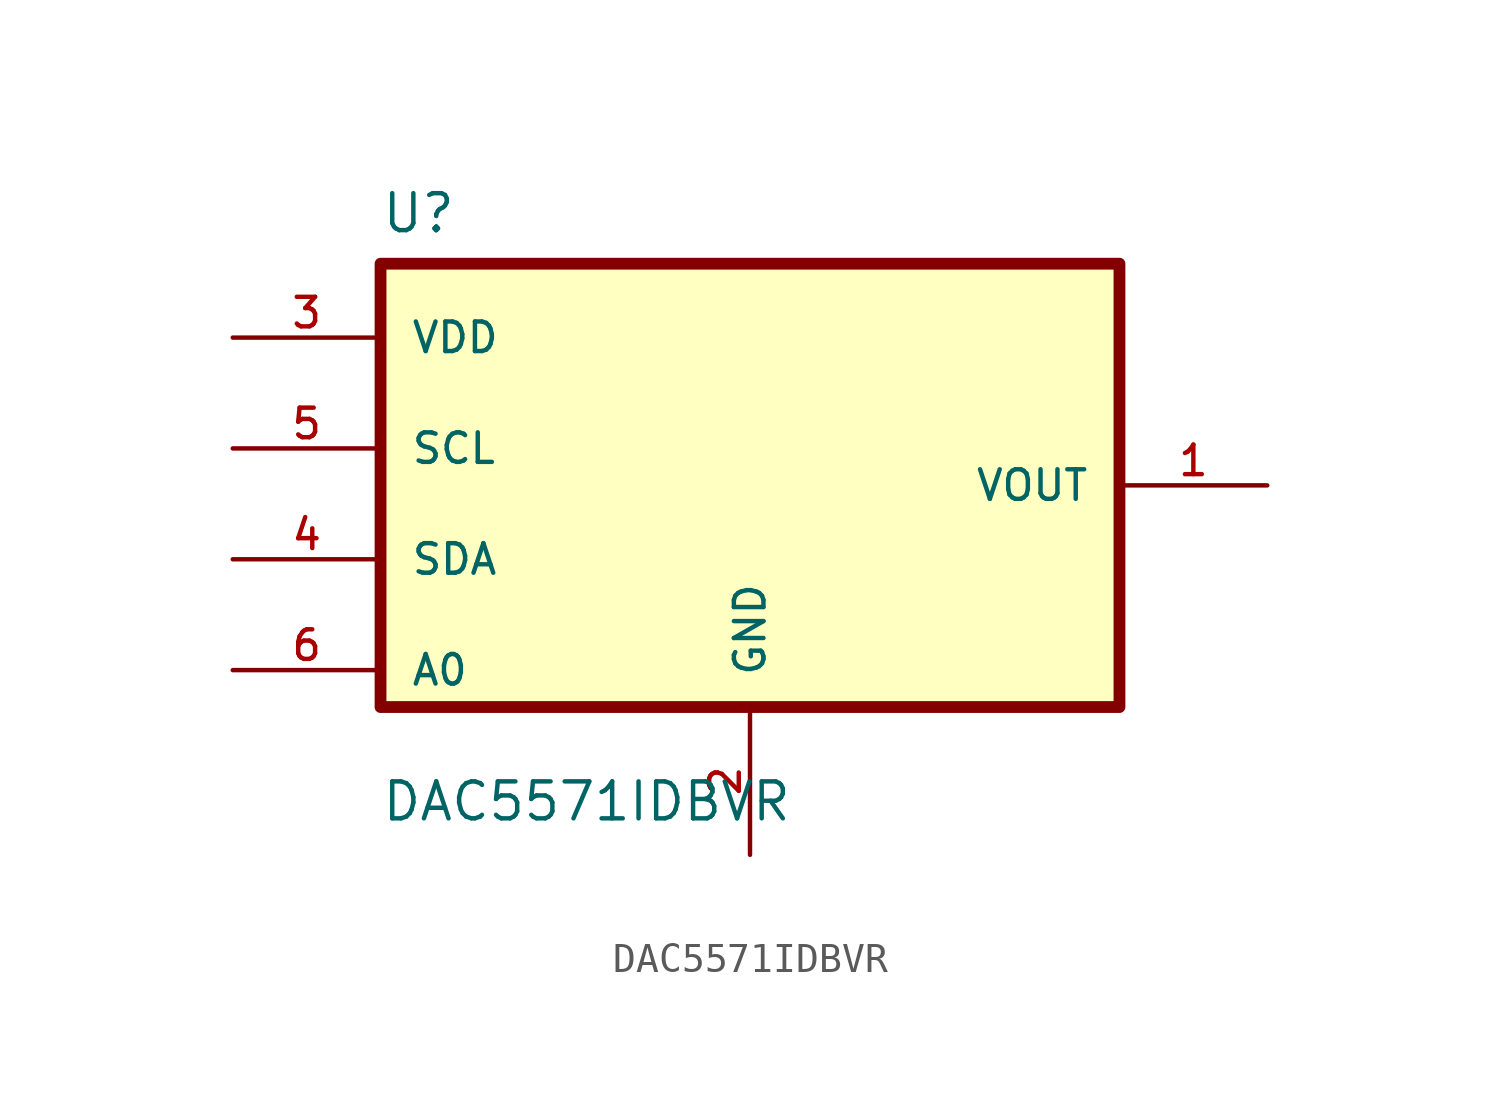
<source format=kicad_sym>
(kicad_symbol_lib
  (version 20211014)
  (generator kicad_symbol_editor)
  (symbol "DAC5571IDBVR"
    (pin_names
      (offset 1.016))
    (property "Reference" "U"
      (at -12.7 8.611 0)
      (effects (font (size 1.27 1.27)) (justify left bottom)))
    (property "Value" "DAC5571IDBVR"
      (at -12.7 -11.608 0)
      (effects (font (size 1.27 1.27)) (justify left bottom)))
    (property "ki_locked" ""
      (at 0 0 0)
      (effects (font (size 1.27 1.27))))
    (symbol "DAC5571IDBVR_0_0"
      (rectangle (start -12.7 -7.62) (end 12.7 7.62) (stroke (width 0.406) (type default) (color 0 0 0 0)) (fill (type background)))
      (pin input line (at 17.78 0 180) (length 5.08) (name "VOUT" (effects (font (size 1.016 1.016)))) (number "1" (effects (font (size 1.016 1.016)))))
      (pin input line (at 0 -12.7 90) (length 5.08) (name "GND" (effects (font (size 1.016 1.016)))) (number "2" (effects (font (size 1.016 1.016)))))
      (pin input line (at -17.78 5.08 0) (length 5.08) (name "VDD" (effects (font (size 1.016 1.016)))) (number "3" (effects (font (size 1.016 1.016)))))
      (pin bidirectional line (at -17.78 -2.54 0) (length 5.08) (name "SDA" (effects (font (size 1.016 1.016)))) (number "4" (effects (font (size 1.016 1.016)))))
      (pin bidirectional line (at -17.78 1.27 0) (length 5.08) (name "SCL" (effects (font (size 1.016 1.016)))) (number "5" (effects (font (size 1.016 1.016)))))
      (pin bidirectional line (at -17.78 -6.35 0) (length 5.08) (name "A0" (effects (font (size 1.016 1.016)))) (number "6" (effects (font (size 1.016 1.016))))))))
</source>
